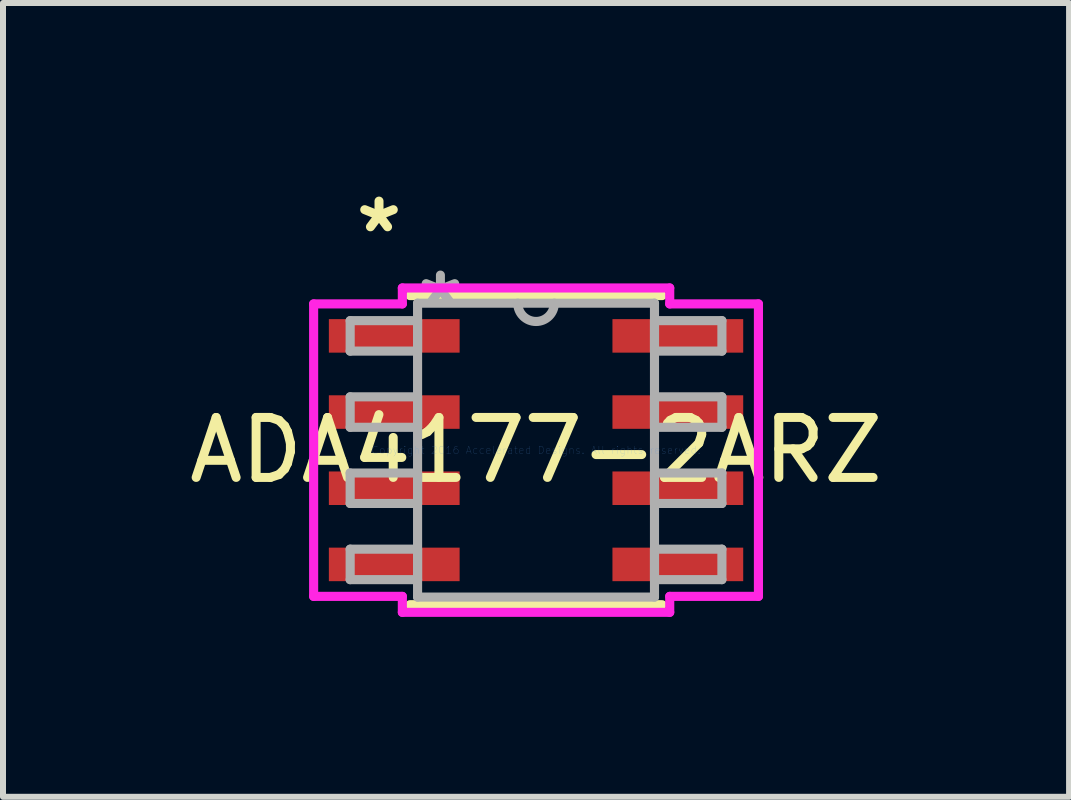
<source format=kicad_pcb>
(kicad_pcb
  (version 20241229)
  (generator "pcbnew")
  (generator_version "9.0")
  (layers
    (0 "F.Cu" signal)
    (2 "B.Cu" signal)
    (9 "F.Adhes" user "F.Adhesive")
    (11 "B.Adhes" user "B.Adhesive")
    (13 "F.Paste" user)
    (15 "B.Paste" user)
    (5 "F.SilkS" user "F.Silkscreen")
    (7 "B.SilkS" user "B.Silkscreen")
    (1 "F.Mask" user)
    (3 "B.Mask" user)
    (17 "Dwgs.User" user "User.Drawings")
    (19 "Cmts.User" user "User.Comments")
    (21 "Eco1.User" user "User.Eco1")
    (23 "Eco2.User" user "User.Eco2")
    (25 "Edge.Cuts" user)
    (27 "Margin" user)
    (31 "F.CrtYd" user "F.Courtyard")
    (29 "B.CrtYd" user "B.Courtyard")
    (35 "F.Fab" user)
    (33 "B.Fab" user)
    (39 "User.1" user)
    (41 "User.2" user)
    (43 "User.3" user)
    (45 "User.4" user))
  (footprint "ADA4177-2ARZ"
    (layer "F.Cu")
    (at 5.887 4.455)
    (property "Reference" "ADA4177-2ARZ" (at 0 0 0) (layer "F.SilkS") (effects (font (size 1 1) (thickness 0.15))))
    (attr through_hole)
    (fp_line (start -2.102 2.577) (end 2.102 2.577) (stroke (width 0.152) (type solid)) (layer "F.SilkS"))
    (fp_line (start 2.102 -2.577) (end -2.102 -2.577) (stroke (width 0.152) (type solid)) (layer "F.SilkS"))
    (fp_line (start -3.708 -2.438) (end -2.229 -2.438) (stroke (width 0.152) (type solid)) (layer "F.CrtYd"))
    (fp_line (start -3.708 2.438) (end -3.708 -2.438) (stroke (width 0.152) (type solid)) (layer "F.CrtYd"))
    (fp_line (start -2.229 -2.704) (end 2.229 -2.704) (stroke (width 0.152) (type solid)) (layer "F.CrtYd"))
    (fp_line (start -2.229 -2.438) (end -2.229 -2.704) (stroke (width 0.152) (type solid)) (layer "F.CrtYd"))
    (fp_line (start -2.229 2.438) (end -3.708 2.438) (stroke (width 0.152) (type solid)) (layer "F.CrtYd"))
    (fp_line (start -2.229 2.704) (end -2.229 2.438) (stroke (width 0.152) (type solid)) (layer "F.CrtYd"))
    (fp_line (start 2.229 -2.704) (end 2.229 -2.438) (stroke (width 0.152) (type solid)) (layer "F.CrtYd"))
    (fp_line (start 2.229 -2.438) (end 3.708 -2.438) (stroke (width 0.152) (type solid)) (layer "F.CrtYd"))
    (fp_line (start 2.229 2.438) (end 2.229 2.704) (stroke (width 0.152) (type solid)) (layer "F.CrtYd"))
    (fp_line (start 2.229 2.704) (end -2.229 2.704) (stroke (width 0.152) (type solid)) (layer "F.CrtYd"))
    (fp_line (start 3.708 -2.438) (end 3.708 2.438) (stroke (width 0.152) (type solid)) (layer "F.CrtYd"))
    (fp_line (start 3.708 2.438) (end 2.229 2.438) (stroke (width 0.152) (type solid)) (layer "F.CrtYd"))
    (fp_line (start -3.099 -2.159) (end -3.099 -1.651) (stroke (width 0.152) (type solid)) (layer "F.Fab"))
    (fp_line (start -3.099 -1.651) (end -1.975 -1.651) (stroke (width 0.152) (type solid)) (layer "F.Fab"))
    (fp_line (start -3.099 -0.889) (end -3.099 -0.381) (stroke (width 0.152) (type solid)) (layer "F.Fab"))
    (fp_line (start -3.099 -0.381) (end -1.975 -0.381) (stroke (width 0.152) (type solid)) (layer "F.Fab"))
    (fp_line (start -3.099 0.381) (end -3.099 0.889) (stroke (width 0.152) (type solid)) (layer "F.Fab"))
    (fp_line (start -3.099 0.889) (end -1.975 0.889) (stroke (width 0.152) (type solid)) (layer "F.Fab"))
    (fp_line (start -3.099 1.651) (end -3.099 2.159) (stroke (width 0.152) (type solid)) (layer "F.Fab"))
    (fp_line (start -3.099 2.159) (end -1.975 2.159) (stroke (width 0.152) (type solid)) (layer "F.Fab"))
    (fp_line (start -1.975 -2.45) (end -1.975 2.45) (stroke (width 0.152) (type solid)) (layer "F.Fab"))
    (fp_line (start -1.975 -2.159) (end -3.099 -2.159) (stroke (width 0.152) (type solid)) (layer "F.Fab"))
    (fp_line (start -1.975 -1.651) (end -1.975 -2.159) (stroke (width 0.152) (type solid)) (layer "F.Fab"))
    (fp_line (start -1.975 -0.889) (end -3.099 -0.889) (stroke (width 0.152) (type solid)) (layer "F.Fab"))
    (fp_line (start -1.975 -0.381) (end -1.975 -0.889) (stroke (width 0.152) (type solid)) (layer "F.Fab"))
    (fp_line (start -1.975 0.381) (end -3.099 0.381) (stroke (width 0.152) (type solid)) (layer "F.Fab"))
    (fp_line (start -1.975 0.889) (end -1.975 0.381) (stroke (width 0.152) (type solid)) (layer "F.Fab"))
    (fp_line (start -1.975 1.651) (end -3.099 1.651) (stroke (width 0.152) (type solid)) (layer "F.Fab"))
    (fp_line (start -1.975 2.159) (end -1.975 1.651) (stroke (width 0.152) (type solid)) (layer "F.Fab"))
    (fp_line (start -1.975 2.45) (end 1.975 2.45) (stroke (width 0.152) (type solid)) (layer "F.Fab"))
    (fp_line (start 1.975 -2.45) (end -1.975 -2.45) (stroke (width 0.152) (type solid)) (layer "F.Fab"))
    (fp_line (start 1.975 -2.159) (end 1.975 -1.651) (stroke (width 0.152) (type solid)) (layer "F.Fab"))
    (fp_line (start 1.975 -1.651) (end 3.099 -1.651) (stroke (width 0.152) (type solid)) (layer "F.Fab"))
    (fp_line (start 1.975 -0.889) (end 1.975 -0.381) (stroke (width 0.152) (type solid)) (layer "F.Fab"))
    (fp_line (start 1.975 -0.381) (end 3.099 -0.381) (stroke (width 0.152) (type solid)) (layer "F.Fab"))
    (fp_line (start 1.975 0.381) (end 1.975 0.889) (stroke (width 0.152) (type solid)) (layer "F.Fab"))
    (fp_line (start 1.975 0.889) (end 3.099 0.889) (stroke (width 0.152) (type solid)) (layer "F.Fab"))
    (fp_line (start 1.975 1.651) (end 1.975 2.159) (stroke (width 0.152) (type solid)) (layer "F.Fab"))
    (fp_line (start 1.975 2.159) (end 3.099 2.159) (stroke (width 0.152) (type solid)) (layer "F.Fab"))
    (fp_line (start 1.975 2.45) (end 1.975 -2.45) (stroke (width 0.152) (type solid)) (layer "F.Fab"))
    (fp_line (start 3.099 -2.159) (end 1.975 -2.159) (stroke (width 0.152) (type solid)) (layer "F.Fab"))
    (fp_line (start 3.099 -1.651) (end 3.099 -2.159) (stroke (width 0.152) (type solid)) (layer "F.Fab"))
    (fp_line (start 3.099 -0.889) (end 1.975 -0.889) (stroke (width 0.152) (type solid)) (layer "F.Fab"))
    (fp_line (start 3.099 -0.381) (end 3.099 -0.889) (stroke (width 0.152) (type solid)) (layer "F.Fab"))
    (fp_line (start 3.099 0.381) (end 1.975 0.381) (stroke (width 0.152) (type solid)) (layer "F.Fab"))
    (fp_line (start 3.099 0.889) (end 3.099 0.381) (stroke (width 0.152) (type solid)) (layer "F.Fab"))
    (fp_line (start 3.099 1.651) (end 1.975 1.651) (stroke (width 0.152) (type solid)) (layer "F.Fab"))
    (fp_line (start 3.099 2.159) (end 3.099 1.651) (stroke (width 0.152) (type solid)) (layer "F.Fab"))
    (fp_arc (start 0.3048 -2.45) (mid 0 -2.1452) (end -0.3048 -2.45) (stroke (width 0.1524) (type solid)) (layer "F.Fab"))
    (fp_text user "*" (at -2.618 -3.607 0) (layer "F.SilkS") (effects (font (size 1 1) (thickness 0.15))))
    (fp_text user "Copyright 2016 Accelerated Designs. All rights reserved." (at 0 0 0) (layer "Cmts.User") (effects (font (size 0.127 0.127) (thickness 0.002))))
    (fp_text user "*" (at -1.594 -2.374 0) (layer "F.Fab") (effects (font (size 1 1) (thickness 0.15))))
    (pad "1" smd rect (at -2.364 -1.905) (size 2.18 0.559) (layers "F.Cu" "F.Mask" "F.Paste"))
    (pad "2" smd rect (at -2.364 -0.635) (size 2.18 0.559) (layers "F.Cu" "F.Mask" "F.Paste"))
    (pad "3" smd rect (at -2.364 0.635) (size 2.18 0.559) (layers "F.Cu" "F.Mask" "F.Paste"))
    (pad "4" smd rect (at -2.364 1.905) (size 2.18 0.559) (layers "F.Cu" "F.Mask" "F.Paste"))
    (pad "5" smd rect (at 2.364 1.905) (size 2.18 0.559) (layers "F.Cu" "F.Mask" "F.Paste"))
    (pad "6" smd rect (at 2.364 0.635) (size 2.18 0.559) (layers "F.Cu" "F.Mask" "F.Paste"))
    (pad "7" smd rect (at 2.364 -0.635) (size 2.18 0.559) (layers "F.Cu" "F.Mask" "F.Paste"))
    (pad "8" smd rect (at 2.364 -1.905) (size 2.18 0.559) (layers "F.Cu" "F.Mask" "F.Paste")))
  (gr_rect
    (start -3 -3)
    (end 14.774 10.235)
    (stroke (width 0.1) (type default))
    (fill no)
    (layer "Edge.Cuts")))
</source>
